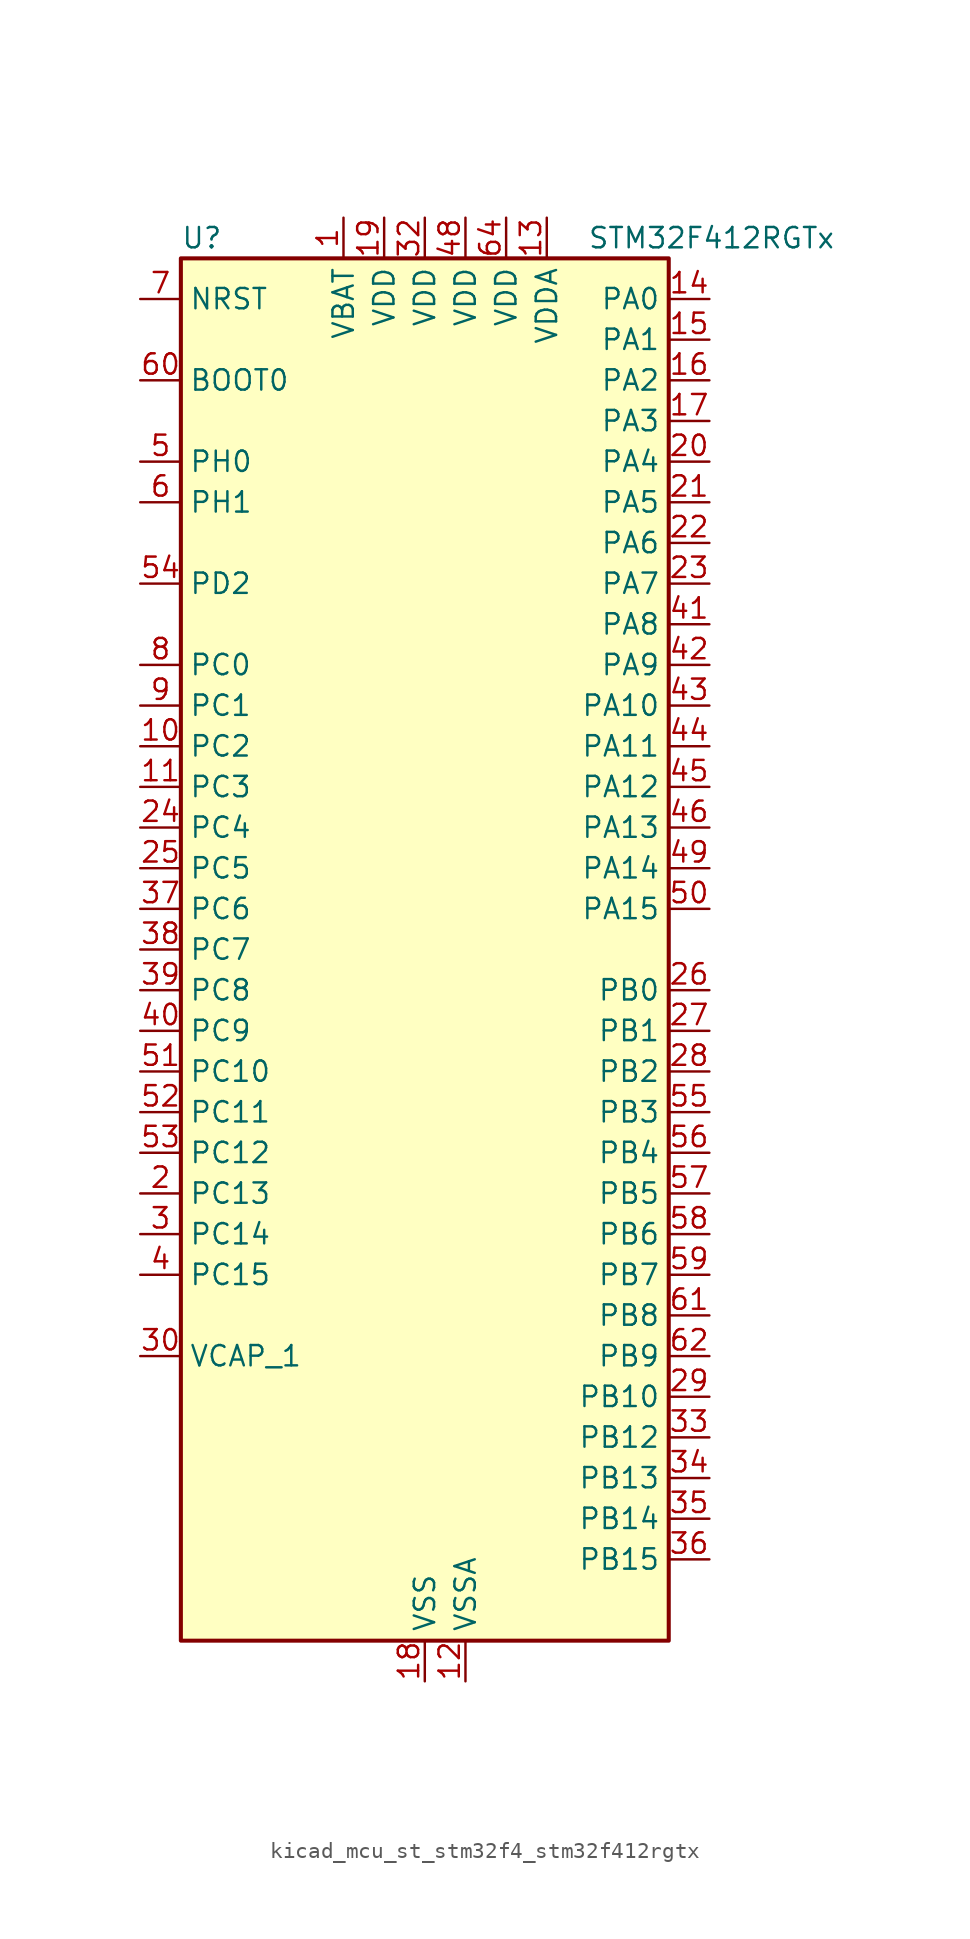
<source format=kicad_sym>
(kicad_symbol_lib
  (version 20220914)
  (generator kicad_symbol_editor)
  (symbol "kicad_mcu_st_stm32f4_stm32f412rgtx"
    (property "Reference" "U"
      (at -15.24 44.45 0)
      (effects (font (size 1.27 1.27)) (justify left)))
    (property "Value" "STM32F412RGTx"
      (at 10.16 44.45 0)
      (effects (font (size 1.27 1.27)) (justify left)))
    (property "ki_locked" ""
      (at 0 0 0)
      (effects (font (size 1.27 1.27))))
    (symbol "kicad_mcu_st_stm32f4_stm32f412rgtx_0_1"
      (rectangle (start -15.24 -43.18) (end 15.24 43.18) (stroke (width 0.254) (type default)) (fill (type background))))
    (symbol "kicad_mcu_st_stm32f4_stm32f412rgtx_1_1"
      (pin power_in line (at -5.08 45.72 270) (length 2.54) (name "VBAT" (effects (font (size 1.27 1.27)))) (number "1" (effects (font (size 1.27 1.27)))))
      (pin bidirectional line (at -17.78 12.7 0) (length 2.54) (name "PC2" (effects (font (size 1.27 1.27)))) (number "10" (effects (font (size 1.27 1.27)))) (alternate "ADC1_IN12" bidirectional line) (alternate "DFSDM1_CKOUT" bidirectional line) (alternate "FSMC_NWE" bidirectional line) (alternate "I2S2_ext_SD" bidirectional line) (alternate "SPI2_MISO" bidirectional line))
      (pin bidirectional line (at -17.78 10.16 0) (length 2.54) (name "PC3" (effects (font (size 1.27 1.27)))) (number "11" (effects (font (size 1.27 1.27)))) (alternate "ADC1_IN13" bidirectional line) (alternate "FSMC_A0" bidirectional line) (alternate "I2S2_SD" bidirectional line) (alternate "SPI2_MOSI" bidirectional line))
      (pin power_in line (at 2.54 -45.72 90) (length 2.54) (name "VSSA" (effects (font (size 1.27 1.27)))) (number "12" (effects (font (size 1.27 1.27)))))
      (pin power_in line (at 7.62 45.72 270) (length 2.54) (name "VDDA" (effects (font (size 1.27 1.27)))) (number "13" (effects (font (size 1.27 1.27)))))
      (pin bidirectional line (at 17.78 40.64 180) (length 2.54) (name "PA0" (effects (font (size 1.27 1.27)))) (number "14" (effects (font (size 1.27 1.27)))) (alternate "ADC1_IN0" bidirectional line) (alternate "SYS_WKUP1" bidirectional line) (alternate "TIM2_CH1" bidirectional line) (alternate "TIM2_ETR" bidirectional line) (alternate "TIM5_CH1" bidirectional line) (alternate "TIM8_ETR" bidirectional line) (alternate "USART2_CTS" bidirectional line))
      (pin bidirectional line (at 17.78 38.1 180) (length 2.54) (name "PA1" (effects (font (size 1.27 1.27)))) (number "15" (effects (font (size 1.27 1.27)))) (alternate "ADC1_IN1" bidirectional line) (alternate "I2S4_SD" bidirectional line) (alternate "QUADSPI_BK1_IO3" bidirectional line) (alternate "SPI4_MOSI" bidirectional line) (alternate "TIM2_CH2" bidirectional line) (alternate "TIM5_CH2" bidirectional line) (alternate "USART2_RTS" bidirectional line))
      (pin bidirectional line (at 17.78 35.56 180) (length 2.54) (name "PA2" (effects (font (size 1.27 1.27)))) (number "16" (effects (font (size 1.27 1.27)))) (alternate "ADC1_IN2" bidirectional line) (alternate "FSMC_D4" bidirectional line) (alternate "FSMC_DA4" bidirectional line) (alternate "I2S_CKIN" bidirectional line) (alternate "TIM2_CH3" bidirectional line) (alternate "TIM5_CH3" bidirectional line) (alternate "TIM9_CH1" bidirectional line) (alternate "USART2_TX" bidirectional line))
      (pin bidirectional line (at 17.78 33.02 180) (length 2.54) (name "PA3" (effects (font (size 1.27 1.27)))) (number "17" (effects (font (size 1.27 1.27)))) (alternate "ADC1_IN3" bidirectional line) (alternate "FSMC_D5" bidirectional line) (alternate "FSMC_DA5" bidirectional line) (alternate "I2S2_MCK" bidirectional line) (alternate "TIM2_CH4" bidirectional line) (alternate "TIM5_CH4" bidirectional line) (alternate "TIM9_CH2" bidirectional line) (alternate "USART2_RX" bidirectional line))
      (pin power_in line (at 0 -45.72 90) (length 2.54) (name "VSS" (effects (font (size 1.27 1.27)))) (number "18" (effects (font (size 1.27 1.27)))))
      (pin power_in line (at -2.54 45.72 270) (length 2.54) (name "VDD" (effects (font (size 1.27 1.27)))) (number "19" (effects (font (size 1.27 1.27)))))
      (pin bidirectional line (at -17.78 -15.24 0) (length 2.54) (name "PC13" (effects (font (size 1.27 1.27)))) (number "2" (effects (font (size 1.27 1.27)))) (alternate "RTC_AF1" bidirectional line))
      (pin bidirectional line (at 17.78 30.48 180) (length 2.54) (name "PA4" (effects (font (size 1.27 1.27)))) (number "20" (effects (font (size 1.27 1.27)))) (alternate "ADC1_IN4" bidirectional line) (alternate "DFSDM1_DATIN1" bidirectional line) (alternate "FSMC_D6" bidirectional line) (alternate "FSMC_DA6" bidirectional line) (alternate "I2S1_WS" bidirectional line) (alternate "I2S3_WS" bidirectional line) (alternate "SPI1_NSS" bidirectional line) (alternate "SPI3_NSS" bidirectional line) (alternate "USART2_CK" bidirectional line))
      (pin bidirectional line (at 17.78 27.94 180) (length 2.54) (name "PA5" (effects (font (size 1.27 1.27)))) (number "21" (effects (font (size 1.27 1.27)))) (alternate "ADC1_IN5" bidirectional line) (alternate "DFSDM1_CKIN1" bidirectional line) (alternate "FSMC_D7" bidirectional line) (alternate "FSMC_DA7" bidirectional line) (alternate "I2S1_CK" bidirectional line) (alternate "SPI1_SCK" bidirectional line) (alternate "TIM2_CH1" bidirectional line) (alternate "TIM2_ETR" bidirectional line) (alternate "TIM8_CH1N" bidirectional line))
      (pin bidirectional line (at 17.78 25.4 180) (length 2.54) (name "PA6" (effects (font (size 1.27 1.27)))) (number "22" (effects (font (size 1.27 1.27)))) (alternate "ADC1_IN6" bidirectional line) (alternate "I2S2_MCK" bidirectional line) (alternate "QUADSPI_BK2_IO0" bidirectional line) (alternate "SDIO_CMD" bidirectional line) (alternate "SPI1_MISO" bidirectional line) (alternate "TIM13_CH1" bidirectional line) (alternate "TIM1_BKIN" bidirectional line) (alternate "TIM3_CH1" bidirectional line) (alternate "TIM8_BKIN" bidirectional line))
      (pin bidirectional line (at 17.78 22.86 180) (length 2.54) (name "PA7" (effects (font (size 1.27 1.27)))) (number "23" (effects (font (size 1.27 1.27)))) (alternate "ADC1_IN7" bidirectional line) (alternate "I2S1_SD" bidirectional line) (alternate "QUADSPI_BK2_IO1" bidirectional line) (alternate "SPI1_MOSI" bidirectional line) (alternate "TIM14_CH1" bidirectional line) (alternate "TIM1_CH1N" bidirectional line) (alternate "TIM3_CH2" bidirectional line) (alternate "TIM8_CH1N" bidirectional line))
      (pin bidirectional line (at -17.78 7.62 0) (length 2.54) (name "PC4" (effects (font (size 1.27 1.27)))) (number "24" (effects (font (size 1.27 1.27)))) (alternate "ADC1_IN14" bidirectional line) (alternate "FSMC_NE4" bidirectional line) (alternate "I2S1_MCK" bidirectional line) (alternate "QUADSPI_BK2_IO2" bidirectional line))
      (pin bidirectional line (at -17.78 5.08 0) (length 2.54) (name "PC5" (effects (font (size 1.27 1.27)))) (number "25" (effects (font (size 1.27 1.27)))) (alternate "ADC1_IN15" bidirectional line) (alternate "FMPI2C1_SMBA" bidirectional line) (alternate "FSMC_NOE" bidirectional line) (alternate "QUADSPI_BK2_IO3" bidirectional line) (alternate "USART3_RX" bidirectional line))
      (pin bidirectional line (at 17.78 -2.54 180) (length 2.54) (name "PB0" (effects (font (size 1.27 1.27)))) (number "26" (effects (font (size 1.27 1.27)))) (alternate "ADC1_IN8" bidirectional line) (alternate "I2S5_CK" bidirectional line) (alternate "SPI5_SCK" bidirectional line) (alternate "TIM1_CH2N" bidirectional line) (alternate "TIM3_CH3" bidirectional line) (alternate "TIM8_CH2N" bidirectional line))
      (pin bidirectional line (at 17.78 -5.08 180) (length 2.54) (name "PB1" (effects (font (size 1.27 1.27)))) (number "27" (effects (font (size 1.27 1.27)))) (alternate "ADC1_IN9" bidirectional line) (alternate "DFSDM1_DATIN0" bidirectional line) (alternate "I2S5_WS" bidirectional line) (alternate "QUADSPI_CLK" bidirectional line) (alternate "SPI5_NSS" bidirectional line) (alternate "TIM1_CH3N" bidirectional line) (alternate "TIM3_CH4" bidirectional line) (alternate "TIM8_CH3N" bidirectional line))
      (pin bidirectional line (at 17.78 -7.62 180) (length 2.54) (name "PB2" (effects (font (size 1.27 1.27)))) (number "28" (effects (font (size 1.27 1.27)))) (alternate "DFSDM1_CKIN0" bidirectional line) (alternate "QUADSPI_CLK" bidirectional line))
      (pin bidirectional line (at 17.78 -27.94 180) (length 2.54) (name "PB10" (effects (font (size 1.27 1.27)))) (number "29" (effects (font (size 1.27 1.27)))) (alternate "FMPI2C1_SCL" bidirectional line) (alternate "I2C2_SCL" bidirectional line) (alternate "I2S2_CK" bidirectional line) (alternate "I2S3_MCK" bidirectional line) (alternate "SDIO_D7" bidirectional line) (alternate "SPI2_SCK" bidirectional line) (alternate "TIM2_CH3" bidirectional line) (alternate "USART3_TX" bidirectional line))
      (pin bidirectional line (at -17.78 -17.78 0) (length 2.54) (name "PC14" (effects (font (size 1.27 1.27)))) (number "3" (effects (font (size 1.27 1.27)))) (alternate "RCC_OSC32_IN" bidirectional line))
      (pin power_out line (at -17.78 -25.4 0) (length 2.54) (name "VCAP_1" (effects (font (size 1.27 1.27)))) (number "30" (effects (font (size 1.27 1.27)))))
      (pin passive line (at 0 -45.72 90) (length 2.54) hide (name "VSS" (effects (font (size 1.27 1.27)))) (number "31" (effects (font (size 1.27 1.27)))))
      (pin power_in line (at 0 45.72 270) (length 2.54) (name "VDD" (effects (font (size 1.27 1.27)))) (number "32" (effects (font (size 1.27 1.27)))))
      (pin bidirectional line (at 17.78 -30.48 180) (length 2.54) (name "PB12" (effects (font (size 1.27 1.27)))) (number "33" (effects (font (size 1.27 1.27)))) (alternate "CAN2_RX" bidirectional line) (alternate "DFSDM1_DATIN1" bidirectional line) (alternate "I2C2_SMBA" bidirectional line) (alternate "I2S2_WS" bidirectional line) (alternate "I2S3_CK" bidirectional line) (alternate "I2S4_WS" bidirectional line) (alternate "SPI2_NSS" bidirectional line) (alternate "SPI3_SCK" bidirectional line) (alternate "SPI4_NSS" bidirectional line) (alternate "TIM1_BKIN" bidirectional line) (alternate "USART3_CK" bidirectional line))
      (pin bidirectional line (at 17.78 -33.02 180) (length 2.54) (name "PB13" (effects (font (size 1.27 1.27)))) (number "34" (effects (font (size 1.27 1.27)))) (alternate "CAN2_TX" bidirectional line) (alternate "DFSDM1_CKIN1" bidirectional line) (alternate "FMPI2C1_SMBA" bidirectional line) (alternate "I2S2_CK" bidirectional line) (alternate "I2S4_CK" bidirectional line) (alternate "SPI2_SCK" bidirectional line) (alternate "SPI4_SCK" bidirectional line) (alternate "TIM1_CH1N" bidirectional line) (alternate "USART3_CTS" bidirectional line))
      (pin bidirectional line (at 17.78 -35.56 180) (length 2.54) (name "PB14" (effects (font (size 1.27 1.27)))) (number "35" (effects (font (size 1.27 1.27)))) (alternate "DFSDM1_DATIN2" bidirectional line) (alternate "FMPI2C1_SDA" bidirectional line) (alternate "FSMC_D0" bidirectional line) (alternate "FSMC_DA0" bidirectional line) (alternate "I2S2_ext_SD" bidirectional line) (alternate "SDIO_D6" bidirectional line) (alternate "SPI2_MISO" bidirectional line) (alternate "TIM12_CH1" bidirectional line) (alternate "TIM1_CH2N" bidirectional line) (alternate "TIM8_CH2N" bidirectional line) (alternate "USART3_RTS" bidirectional line))
      (pin bidirectional line (at 17.78 -38.1 180) (length 2.54) (name "PB15" (effects (font (size 1.27 1.27)))) (number "36" (effects (font (size 1.27 1.27)))) (alternate "ADC1_EXTI15" bidirectional line) (alternate "DFSDM1_CKIN2" bidirectional line) (alternate "FMPI2C1_SCL" bidirectional line) (alternate "I2S2_SD" bidirectional line) (alternate "RTC_REFIN" bidirectional line) (alternate "SDIO_CK" bidirectional line) (alternate "SPI2_MOSI" bidirectional line) (alternate "TIM12_CH2" bidirectional line) (alternate "TIM1_CH3N" bidirectional line) (alternate "TIM8_CH3N" bidirectional line))
      (pin bidirectional line (at -17.78 2.54 0) (length 2.54) (name "PC6" (effects (font (size 1.27 1.27)))) (number "37" (effects (font (size 1.27 1.27)))) (alternate "DFSDM1_CKIN3" bidirectional line) (alternate "FMPI2C1_SCL" bidirectional line) (alternate "FSMC_D1" bidirectional line) (alternate "FSMC_DA1" bidirectional line) (alternate "I2S2_MCK" bidirectional line) (alternate "SDIO_D6" bidirectional line) (alternate "TIM3_CH1" bidirectional line) (alternate "TIM8_CH1" bidirectional line) (alternate "USART6_TX" bidirectional line))
      (pin bidirectional line (at -17.78 0 0) (length 2.54) (name "PC7" (effects (font (size 1.27 1.27)))) (number "38" (effects (font (size 1.27 1.27)))) (alternate "DFSDM1_DATIN3" bidirectional line) (alternate "FMPI2C1_SDA" bidirectional line) (alternate "I2S2_CK" bidirectional line) (alternate "I2S3_MCK" bidirectional line) (alternate "SDIO_D7" bidirectional line) (alternate "SPI2_SCK" bidirectional line) (alternate "TIM3_CH2" bidirectional line) (alternate "TIM8_CH2" bidirectional line) (alternate "USART6_RX" bidirectional line))
      (pin bidirectional line (at -17.78 -2.54 0) (length 2.54) (name "PC8" (effects (font (size 1.27 1.27)))) (number "39" (effects (font (size 1.27 1.27)))) (alternate "QUADSPI_BK1_IO2" bidirectional line) (alternate "SDIO_D0" bidirectional line) (alternate "TIM3_CH3" bidirectional line) (alternate "TIM8_CH3" bidirectional line) (alternate "USART6_CK" bidirectional line))
      (pin bidirectional line (at -17.78 -20.32 0) (length 2.54) (name "PC15" (effects (font (size 1.27 1.27)))) (number "4" (effects (font (size 1.27 1.27)))) (alternate "ADC1_EXTI15" bidirectional line) (alternate "RCC_OSC32_OUT" bidirectional line))
      (pin bidirectional line (at -17.78 -5.08 0) (length 2.54) (name "PC9" (effects (font (size 1.27 1.27)))) (number "40" (effects (font (size 1.27 1.27)))) (alternate "I2C3_SDA" bidirectional line) (alternate "I2S_CKIN" bidirectional line) (alternate "QUADSPI_BK1_IO0" bidirectional line) (alternate "RCC_MCO_2" bidirectional line) (alternate "SDIO_D1" bidirectional line) (alternate "TIM3_CH4" bidirectional line) (alternate "TIM8_CH4" bidirectional line))
      (pin bidirectional line (at 17.78 20.32 180) (length 2.54) (name "PA8" (effects (font (size 1.27 1.27)))) (number "41" (effects (font (size 1.27 1.27)))) (alternate "I2C3_SCL" bidirectional line) (alternate "RCC_MCO_1" bidirectional line) (alternate "SDIO_D1" bidirectional line) (alternate "TIM1_CH1" bidirectional line) (alternate "USART1_CK" bidirectional line) (alternate "USB_OTG_FS_SOF" bidirectional line))
      (pin bidirectional line (at 17.78 17.78 180) (length 2.54) (name "PA9" (effects (font (size 1.27 1.27)))) (number "42" (effects (font (size 1.27 1.27)))) (alternate "I2C3_SMBA" bidirectional line) (alternate "SDIO_D2" bidirectional line) (alternate "TIM1_CH2" bidirectional line) (alternate "USART1_TX" bidirectional line) (alternate "USB_OTG_FS_VBUS" bidirectional line))
      (pin bidirectional line (at 17.78 15.24 180) (length 2.54) (name "PA10" (effects (font (size 1.27 1.27)))) (number "43" (effects (font (size 1.27 1.27)))) (alternate "I2S5_SD" bidirectional line) (alternate "SPI5_MOSI" bidirectional line) (alternate "TIM1_CH3" bidirectional line) (alternate "USART1_RX" bidirectional line) (alternate "USB_OTG_FS_ID" bidirectional line))
      (pin bidirectional line (at 17.78 12.7 180) (length 2.54) (name "PA11" (effects (font (size 1.27 1.27)))) (number "44" (effects (font (size 1.27 1.27)))) (alternate "ADC1_EXTI11" bidirectional line) (alternate "CAN1_RX" bidirectional line) (alternate "SPI4_MISO" bidirectional line) (alternate "TIM1_CH4" bidirectional line) (alternate "USART1_CTS" bidirectional line) (alternate "USART6_TX" bidirectional line) (alternate "USB_OTG_FS_DM" bidirectional line))
      (pin bidirectional line (at 17.78 10.16 180) (length 2.54) (name "PA12" (effects (font (size 1.27 1.27)))) (number "45" (effects (font (size 1.27 1.27)))) (alternate "CAN1_TX" bidirectional line) (alternate "SPI5_MISO" bidirectional line) (alternate "TIM1_ETR" bidirectional line) (alternate "USART1_RTS" bidirectional line) (alternate "USART6_RX" bidirectional line) (alternate "USB_OTG_FS_DP" bidirectional line))
      (pin bidirectional line (at 17.78 7.62 180) (length 2.54) (name "PA13" (effects (font (size 1.27 1.27)))) (number "46" (effects (font (size 1.27 1.27)))) (alternate "SYS_JTMS-SWDIO" bidirectional line))
      (pin passive line (at 0 -45.72 90) (length 2.54) hide (name "VSS" (effects (font (size 1.27 1.27)))) (number "47" (effects (font (size 1.27 1.27)))))
      (pin power_in line (at 2.54 45.72 270) (length 2.54) (name "VDD" (effects (font (size 1.27 1.27)))) (number "48" (effects (font (size 1.27 1.27)))))
      (pin bidirectional line (at 17.78 5.08 180) (length 2.54) (name "PA14" (effects (font (size 1.27 1.27)))) (number "49" (effects (font (size 1.27 1.27)))) (alternate "SYS_JTCK-SWCLK" bidirectional line))
      (pin bidirectional line (at -17.78 30.48 0) (length 2.54) (name "PH0" (effects (font (size 1.27 1.27)))) (number "5" (effects (font (size 1.27 1.27)))) (alternate "RCC_OSC_IN" bidirectional line))
      (pin bidirectional line (at 17.78 2.54 180) (length 2.54) (name "PA15" (effects (font (size 1.27 1.27)))) (number "50" (effects (font (size 1.27 1.27)))) (alternate "ADC1_EXTI15" bidirectional line) (alternate "I2S1_WS" bidirectional line) (alternate "I2S3_WS" bidirectional line) (alternate "SPI1_NSS" bidirectional line) (alternate "SPI3_NSS" bidirectional line) (alternate "SYS_JTDI" bidirectional line) (alternate "TIM2_CH1" bidirectional line) (alternate "TIM2_ETR" bidirectional line) (alternate "USART1_TX" bidirectional line))
      (pin bidirectional line (at -17.78 -7.62 0) (length 2.54) (name "PC10" (effects (font (size 1.27 1.27)))) (number "51" (effects (font (size 1.27 1.27)))) (alternate "I2S3_CK" bidirectional line) (alternate "QUADSPI_BK1_IO1" bidirectional line) (alternate "SDIO_D2" bidirectional line) (alternate "SPI3_SCK" bidirectional line) (alternate "USART3_TX" bidirectional line))
      (pin bidirectional line (at -17.78 -10.16 0) (length 2.54) (name "PC11" (effects (font (size 1.27 1.27)))) (number "52" (effects (font (size 1.27 1.27)))) (alternate "ADC1_EXTI11" bidirectional line) (alternate "FSMC_D2" bidirectional line) (alternate "FSMC_DA2" bidirectional line) (alternate "I2S3_ext_SD" bidirectional line) (alternate "QUADSPI_BK2_NCS" bidirectional line) (alternate "SDIO_D3" bidirectional line) (alternate "SPI3_MISO" bidirectional line) (alternate "USART3_RX" bidirectional line))
      (pin bidirectional line (at -17.78 -12.7 0) (length 2.54) (name "PC12" (effects (font (size 1.27 1.27)))) (number "53" (effects (font (size 1.27 1.27)))) (alternate "FSMC_D3" bidirectional line) (alternate "FSMC_DA3" bidirectional line) (alternate "I2S3_SD" bidirectional line) (alternate "SDIO_CK" bidirectional line) (alternate "SPI3_MOSI" bidirectional line) (alternate "USART3_CK" bidirectional line))
      (pin bidirectional line (at -17.78 22.86 0) (length 2.54) (name "PD2" (effects (font (size 1.27 1.27)))) (number "54" (effects (font (size 1.27 1.27)))) (alternate "FSMC_NWE" bidirectional line) (alternate "SDIO_CMD" bidirectional line) (alternate "TIM3_ETR" bidirectional line))
      (pin bidirectional line (at 17.78 -10.16 180) (length 2.54) (name "PB3" (effects (font (size 1.27 1.27)))) (number "55" (effects (font (size 1.27 1.27)))) (alternate "FMPI2C1_SDA" bidirectional line) (alternate "I2C2_SDA" bidirectional line) (alternate "I2S1_CK" bidirectional line) (alternate "I2S3_CK" bidirectional line) (alternate "SPI1_SCK" bidirectional line) (alternate "SPI3_SCK" bidirectional line) (alternate "SYS_JTDO-SWO" bidirectional line) (alternate "TIM2_CH2" bidirectional line) (alternate "USART1_RX" bidirectional line))
      (pin bidirectional line (at 17.78 -12.7 180) (length 2.54) (name "PB4" (effects (font (size 1.27 1.27)))) (number "56" (effects (font (size 1.27 1.27)))) (alternate "I2C3_SDA" bidirectional line) (alternate "I2S3_ext_SD" bidirectional line) (alternate "SDIO_D0" bidirectional line) (alternate "SPI1_MISO" bidirectional line) (alternate "SPI3_MISO" bidirectional line) (alternate "SYS_JTRST" bidirectional line) (alternate "TIM3_CH1" bidirectional line))
      (pin bidirectional line (at 17.78 -15.24 180) (length 2.54) (name "PB5" (effects (font (size 1.27 1.27)))) (number "57" (effects (font (size 1.27 1.27)))) (alternate "CAN2_RX" bidirectional line) (alternate "I2C1_SMBA" bidirectional line) (alternate "I2S1_SD" bidirectional line) (alternate "I2S3_SD" bidirectional line) (alternate "SDIO_D3" bidirectional line) (alternate "SPI1_MOSI" bidirectional line) (alternate "SPI3_MOSI" bidirectional line) (alternate "TIM3_CH2" bidirectional line))
      (pin bidirectional line (at 17.78 -17.78 180) (length 2.54) (name "PB6" (effects (font (size 1.27 1.27)))) (number "58" (effects (font (size 1.27 1.27)))) (alternate "CAN2_TX" bidirectional line) (alternate "I2C1_SCL" bidirectional line) (alternate "QUADSPI_BK1_NCS" bidirectional line) (alternate "SDIO_D0" bidirectional line) (alternate "TIM4_CH1" bidirectional line) (alternate "USART1_TX" bidirectional line))
      (pin bidirectional line (at 17.78 -20.32 180) (length 2.54) (name "PB7" (effects (font (size 1.27 1.27)))) (number "59" (effects (font (size 1.27 1.27)))) (alternate "FSMC_NL" bidirectional line) (alternate "I2C1_SDA" bidirectional line) (alternate "TIM4_CH2" bidirectional line) (alternate "USART1_RX" bidirectional line))
      (pin bidirectional line (at -17.78 27.94 0) (length 2.54) (name "PH1" (effects (font (size 1.27 1.27)))) (number "6" (effects (font (size 1.27 1.27)))) (alternate "RCC_OSC_OUT" bidirectional line))
      (pin input line (at -17.78 35.56 0) (length 2.54) (name "BOOT0" (effects (font (size 1.27 1.27)))) (number "60" (effects (font (size 1.27 1.27)))))
      (pin bidirectional line (at 17.78 -22.86 180) (length 2.54) (name "PB8" (effects (font (size 1.27 1.27)))) (number "61" (effects (font (size 1.27 1.27)))) (alternate "CAN1_RX" bidirectional line) (alternate "I2C1_SCL" bidirectional line) (alternate "I2C3_SDA" bidirectional line) (alternate "I2S5_SD" bidirectional line) (alternate "SDIO_D4" bidirectional line) (alternate "SPI5_MOSI" bidirectional line) (alternate "TIM10_CH1" bidirectional line) (alternate "TIM4_CH3" bidirectional line))
      (pin bidirectional line (at 17.78 -25.4 180) (length 2.54) (name "PB9" (effects (font (size 1.27 1.27)))) (number "62" (effects (font (size 1.27 1.27)))) (alternate "CAN1_TX" bidirectional line) (alternate "I2C1_SDA" bidirectional line) (alternate "I2C2_SDA" bidirectional line) (alternate "I2S2_WS" bidirectional line) (alternate "SDIO_D5" bidirectional line) (alternate "SPI2_NSS" bidirectional line) (alternate "TIM11_CH1" bidirectional line) (alternate "TIM4_CH4" bidirectional line))
      (pin passive line (at 0 -45.72 90) (length 2.54) hide (name "VSS" (effects (font (size 1.27 1.27)))) (number "63" (effects (font (size 1.27 1.27)))))
      (pin power_in line (at 5.08 45.72 270) (length 2.54) (name "VDD" (effects (font (size 1.27 1.27)))) (number "64" (effects (font (size 1.27 1.27)))))
      (pin input line (at -17.78 40.64 0) (length 2.54) (name "NRST" (effects (font (size 1.27 1.27)))) (number "7" (effects (font (size 1.27 1.27)))))
      (pin bidirectional line (at -17.78 17.78 0) (length 2.54) (name "PC0" (effects (font (size 1.27 1.27)))) (number "8" (effects (font (size 1.27 1.27)))) (alternate "ADC1_IN10" bidirectional line) (alternate "SYS_WKUP2" bidirectional line))
      (pin bidirectional line (at -17.78 15.24 0) (length 2.54) (name "PC1" (effects (font (size 1.27 1.27)))) (number "9" (effects (font (size 1.27 1.27)))) (alternate "ADC1_IN11" bidirectional line) (alternate "SYS_WKUP3" bidirectional line)))))
</source>
